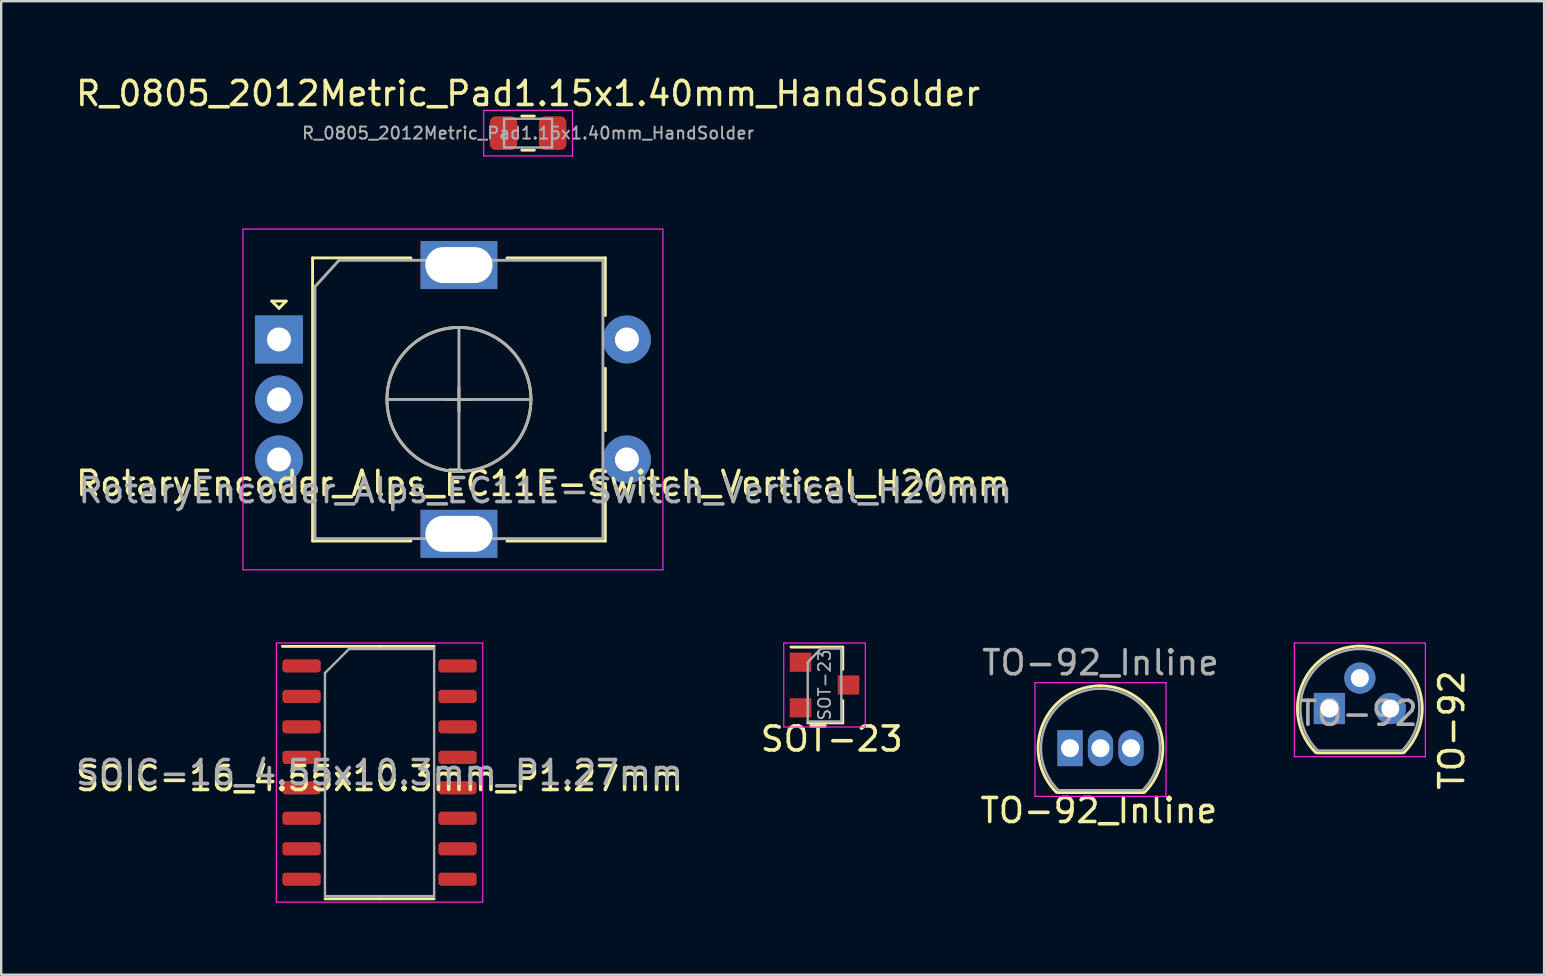
<source format=kicad_pcb>
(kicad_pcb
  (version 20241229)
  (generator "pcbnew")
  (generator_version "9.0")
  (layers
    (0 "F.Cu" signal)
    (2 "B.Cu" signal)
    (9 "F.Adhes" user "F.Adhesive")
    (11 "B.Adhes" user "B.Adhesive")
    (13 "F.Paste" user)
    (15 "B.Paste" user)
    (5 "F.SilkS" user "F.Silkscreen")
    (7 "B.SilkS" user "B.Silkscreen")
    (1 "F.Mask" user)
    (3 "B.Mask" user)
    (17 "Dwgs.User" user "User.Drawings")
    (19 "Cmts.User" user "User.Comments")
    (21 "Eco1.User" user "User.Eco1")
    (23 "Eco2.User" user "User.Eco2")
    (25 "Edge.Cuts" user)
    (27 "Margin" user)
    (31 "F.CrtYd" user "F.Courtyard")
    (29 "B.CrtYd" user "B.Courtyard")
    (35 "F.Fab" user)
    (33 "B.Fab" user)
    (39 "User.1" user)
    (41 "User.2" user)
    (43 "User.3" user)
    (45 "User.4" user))
  (footprint "SOT-23"
    (layer "F.Cu")
    (at 31.313 25.498)
    (property "Reference" "SOT-23" (at 0.3 2.25 0) (layer "F.SilkS") (effects (font (size 1 1) (thickness 0.15))))
    (attr smd)
    (fp_line (start 0.76 -1.58) (end -1.4 -1.58) (stroke (width 0.12) (type solid)) (layer "F.SilkS"))
    (fp_line (start 0.76 -1.58) (end 0.76 -0.65) (stroke (width 0.12) (type solid)) (layer "F.SilkS"))
    (fp_line (start 0.76 1.58) (end -0.7 1.58) (stroke (width 0.12) (type solid)) (layer "F.SilkS"))
    (fp_line (start 0.76 1.58) (end 0.76 0.65) (stroke (width 0.12) (type solid)) (layer "F.SilkS"))
    (fp_line (start -1.7 -1.75) (end 1.7 -1.75) (stroke (width 0.05) (type solid)) (layer "F.CrtYd"))
    (fp_line (start -1.7 1.75) (end -1.7 -1.75) (stroke (width 0.05) (type solid)) (layer "F.CrtYd"))
    (fp_line (start 1.7 -1.75) (end 1.7 1.75) (stroke (width 0.05) (type solid)) (layer "F.CrtYd"))
    (fp_line (start 1.7 1.75) (end -1.7 1.75) (stroke (width 0.05) (type solid)) (layer "F.CrtYd"))
    (fp_line (start -0.7 -0.95) (end -0.7 1.5) (stroke (width 0.1) (type solid)) (layer "F.Fab"))
    (fp_line (start -0.7 -0.95) (end -0.15 -1.52) (stroke (width 0.1) (type solid)) (layer "F.Fab"))
    (fp_line (start -0.7 1.52) (end 0.7 1.52) (stroke (width 0.1) (type solid)) (layer "F.Fab"))
    (fp_line (start -0.15 -1.52) (end 0.7 -1.52) (stroke (width 0.1) (type solid)) (layer "F.Fab"))
    (fp_line (start 0.7 -1.52) (end 0.7 1.52) (stroke (width 0.1) (type solid)) (layer "F.Fab"))
    (fp_text user "${REFERENCE}" (at 0 0 90) (layer "F.Fab") (effects (font (size 0.5 0.5) (thickness 0.075))))
    (pad "1" smd rect (at -1 -0.95) (size 0.9 0.8) (layers "F.Cu" "F.Mask" "F.Paste"))
    (pad "2" smd rect (at -1 0.95) (size 0.9 0.8) (layers "F.Cu" "F.Mask" "F.Paste"))
    (pad "3" smd rect (at 1 0) (size 0.9 0.8) (layers "F.Cu" "F.Mask" "F.Paste")))
  (footprint "TO-92_Inline"
    (layer "F.Cu")
    (at 41.544 28.131)
    (property "Reference" "TO-92_Inline" (at 1.2 2.6 0) (layer "F.SilkS") (effects (font (size 1 1) (thickness 0.15))))
    (attr through_hole)
    (fp_line (start -0.53 1.85) (end 3.07 1.85) (stroke (width 0.12) (type solid)) (layer "F.SilkS"))
    (fp_arc (start -0.568478 1.838478) (mid -1.132087 -0.994977) (end 1.27 -2.6) (stroke (width 0.12) (type solid)) (layer "F.SilkS"))
    (fp_arc (start 1.27 -2.6) (mid 3.672087 -0.994977) (end 3.108478 1.838478) (stroke (width 0.12) (type solid)) (layer "F.SilkS"))
    (fp_line (start -1.46 -2.73) (end -1.46 2.01) (stroke (width 0.05) (type solid)) (layer "F.CrtYd"))
    (fp_line (start -1.46 -2.73) (end 4 -2.73) (stroke (width 0.05) (type solid)) (layer "F.CrtYd"))
    (fp_line (start 4 2.01) (end -1.46 2.01) (stroke (width 0.05) (type solid)) (layer "F.CrtYd"))
    (fp_line (start 4 2.01) (end 4 -2.73) (stroke (width 0.05) (type solid)) (layer "F.CrtYd"))
    (fp_line (start -0.5 1.75) (end 3 1.75) (stroke (width 0.1) (type solid)) (layer "F.Fab"))
    (fp_arc (start -0.483625 1.753625) (mid -1.021221 -0.949055) (end 1.27 -2.48) (stroke (width 0.1) (type solid)) (layer "F.Fab"))
    (fp_arc (start 1.27 -2.48) (mid 3.561221 -0.949055) (end 3.023625 1.753625) (stroke (width 0.1) (type solid)) (layer "F.Fab"))
    (fp_text user "${REFERENCE}" (at 1.27 -3.56 0) (layer "F.Fab") (effects (font (size 1 1) (thickness 0.15))))
    (pad "1" thru_hole rect (at 0 0) (size 1.05 1.5) (drill 0.75) (layers "*.Cu" "*.Mask"))
    (pad "2" thru_hole oval (at 1.27 0) (size 1.05 1.5) (drill 0.75) (layers "*.Cu" "*.Mask"))
    (pad "3" thru_hole oval (at 2.54 0) (size 1.05 1.5) (drill 0.75) (layers "*.Cu" "*.Mask")))
  (footprint "R_0805_2012Metric_Pad1.15x1.40mm_HandSolder"
    (layer "F.Cu")
    (at 18.958 2.498)
    (property "Reference" "R_0805_2012Metric_Pad1.15x1.40mm_HandSolder" (at 0 -1.65 0) (layer "F.SilkS") (effects (font (size 1 1) (thickness 0.15))))
    (attr smd)
    (fp_line (start -0.261 -0.71) (end 0.261 -0.71) (stroke (width 0.12) (type solid)) (layer "F.SilkS"))
    (fp_line (start -0.261 0.71) (end 0.261 0.71) (stroke (width 0.12) (type solid)) (layer "F.SilkS"))
    (fp_line (start -1.85 -0.95) (end 1.85 -0.95) (stroke (width 0.05) (type solid)) (layer "F.CrtYd"))
    (fp_line (start -1.85 0.95) (end -1.85 -0.95) (stroke (width 0.05) (type solid)) (layer "F.CrtYd"))
    (fp_line (start 1.85 -0.95) (end 1.85 0.95) (stroke (width 0.05) (type solid)) (layer "F.CrtYd"))
    (fp_line (start 1.85 0.95) (end -1.85 0.95) (stroke (width 0.05) (type solid)) (layer "F.CrtYd"))
    (fp_line (start -1 -0.6) (end 1 -0.6) (stroke (width 0.1) (type solid)) (layer "F.Fab"))
    (fp_line (start -1 0.6) (end -1 -0.6) (stroke (width 0.1) (type solid)) (layer "F.Fab"))
    (fp_line (start 1 -0.6) (end 1 0.6) (stroke (width 0.1) (type solid)) (layer "F.Fab"))
    (fp_line (start 1 0.6) (end -1 0.6) (stroke (width 0.1) (type solid)) (layer "F.Fab"))
    (fp_text user "${REFERENCE}" (at 0 0 0) (layer "F.Fab") (effects (font (size 0.5 0.5) (thickness 0.08))))
    (pad "1" smd roundrect (at -1.025 0) (size 1.15 1.4) (layers "F.Cu" "F.Mask" "F.Paste") (roundrect_rratio 0.217))
    (pad "2" smd roundrect (at 1.025 0) (size 1.15 1.4) (layers "F.Cu" "F.Mask" "F.Paste") (roundrect_rratio 0.217)))
  (footprint "SOIC-16_4.55x10.3mm_P1.27mm"
    (layer "F.Cu")
    (at 12.768 29.148)
    (property "Reference" "SOIC-16_4.55x10.3mm_P1.27mm" (at 0 0.25 0) (layer "F.SilkS") (effects (font (size 1 1) (thickness 0.15))))
    (attr smd)
    (fp_line (start 0 -5.26) (end -4.05 -5.26) (stroke (width 0.12) (type solid)) (layer "F.SilkS"))
    (fp_line (start 0 -5.26) (end 2.275 -5.26) (stroke (width 0.12) (type solid)) (layer "F.SilkS"))
    (fp_line (start 0 5.26) (end -2.275 5.26) (stroke (width 0.12) (type solid)) (layer "F.SilkS"))
    (fp_line (start 0 5.26) (end 2.275 5.26) (stroke (width 0.12) (type solid)) (layer "F.SilkS"))
    (fp_line (start -4.3 -5.4) (end -4.3 5.4) (stroke (width 0.05) (type solid)) (layer "F.CrtYd"))
    (fp_line (start -4.3 5.4) (end 4.3 5.4) (stroke (width 0.05) (type solid)) (layer "F.CrtYd"))
    (fp_line (start 4.3 -5.4) (end -4.3 -5.4) (stroke (width 0.05) (type solid)) (layer "F.CrtYd"))
    (fp_line (start 4.3 5.4) (end 4.3 -5.4) (stroke (width 0.05) (type solid)) (layer "F.CrtYd"))
    (fp_line (start -2.275 -4.15) (end -1.275 -5.15) (stroke (width 0.1) (type solid)) (layer "F.Fab"))
    (fp_line (start -2.275 5.15) (end -2.275 -4.15) (stroke (width 0.1) (type solid)) (layer "F.Fab"))
    (fp_line (start -1.275 -5.15) (end 2.275 -5.15) (stroke (width 0.1) (type solid)) (layer "F.Fab"))
    (fp_line (start 2.275 -5.15) (end 2.275 5.15) (stroke (width 0.1) (type solid)) (layer "F.Fab"))
    (fp_line (start 2.275 5.15) (end -2.275 5.15) (stroke (width 0.1) (type solid)) (layer "F.Fab"))
    (fp_text user "${REFERENCE}" (at 0 0 0) (layer "F.Fab") (effects (font (size 1 1) (thickness 0.15))))
    (pad "1" smd roundrect (at -3.25 -4.445) (size 1.6 0.55) (layers "F.Cu" "F.Mask" "F.Paste") (roundrect_rratio 0.25))
    (pad "2" smd roundrect (at -3.25 -3.175) (size 1.6 0.55) (layers "F.Cu" "F.Mask" "F.Paste") (roundrect_rratio 0.25))
    (pad "3" smd roundrect (at -3.25 -1.905) (size 1.6 0.55) (layers "F.Cu" "F.Mask" "F.Paste") (roundrect_rratio 0.25))
    (pad "4" smd roundrect (at -3.25 -0.635) (size 1.6 0.55) (layers "F.Cu" "F.Mask" "F.Paste") (roundrect_rratio 0.25))
    (pad "5" smd roundrect (at -3.25 0.635) (size 1.6 0.55) (layers "F.Cu" "F.Mask" "F.Paste") (roundrect_rratio 0.25))
    (pad "6" smd roundrect (at -3.25 1.905) (size 1.6 0.55) (layers "F.Cu" "F.Mask" "F.Paste") (roundrect_rratio 0.25))
    (pad "7" smd roundrect (at -3.25 3.175) (size 1.6 0.55) (layers "F.Cu" "F.Mask" "F.Paste") (roundrect_rratio 0.25))
    (pad "8" smd roundrect (at -3.25 4.445) (size 1.6 0.55) (layers "F.Cu" "F.Mask" "F.Paste") (roundrect_rratio 0.25))
    (pad "9" smd roundrect (at 3.25 4.445) (size 1.6 0.55) (layers "F.Cu" "F.Mask" "F.Paste") (roundrect_rratio 0.25))
    (pad "10" smd roundrect (at 3.25 3.175) (size 1.6 0.55) (layers "F.Cu" "F.Mask" "F.Paste") (roundrect_rratio 0.25))
    (pad "11" smd roundrect (at 3.25 1.905) (size 1.6 0.55) (layers "F.Cu" "F.Mask" "F.Paste") (roundrect_rratio 0.25))
    (pad "12" smd roundrect (at 3.25 0.635) (size 1.6 0.55) (layers "F.Cu" "F.Mask" "F.Paste") (roundrect_rratio 0.25))
    (pad "13" smd roundrect (at 3.25 -0.635) (size 1.6 0.55) (layers "F.Cu" "F.Mask" "F.Paste") (roundrect_rratio 0.25))
    (pad "14" smd roundrect (at 3.25 -1.905) (size 1.6 0.55) (layers "F.Cu" "F.Mask" "F.Paste") (roundrect_rratio 0.25))
    (pad "15" smd roundrect (at 3.25 -3.175) (size 1.6 0.55) (layers "F.Cu" "F.Mask" "F.Paste") (roundrect_rratio 0.25))
    (pad "16" smd roundrect (at 3.25 -4.445) (size 1.6 0.55) (layers "F.Cu" "F.Mask" "F.Paste") (roundrect_rratio 0.25)))
  (footprint "TO-92"
    (layer "F.Cu")
    (at 52.353 26.478)
    (property "Reference" "TO-92" (at 5.1 0.9 270) (layer "F.SilkS") (effects (font (size 1 1) (thickness 0.15))))
    (attr through_hole)
    (fp_line (start -0.53 1.85) (end 3.07 1.85) (stroke (width 0.12) (type solid)) (layer "F.SilkS"))
    (fp_arc (start -0.568478 1.838478) (mid -1.132087 -0.994977) (end 1.27 -2.6) (stroke (width 0.12) (type solid)) (layer "F.SilkS"))
    (fp_arc (start 1.27 -2.6) (mid 3.672087 -0.994977) (end 3.108478 1.838478) (stroke (width 0.12) (type solid)) (layer "F.SilkS"))
    (fp_line (start -1.46 -2.73) (end -1.46 2.01) (stroke (width 0.05) (type solid)) (layer "F.CrtYd"))
    (fp_line (start -1.46 -2.73) (end 4 -2.73) (stroke (width 0.05) (type solid)) (layer "F.CrtYd"))
    (fp_line (start 4 2.01) (end -1.46 2.01) (stroke (width 0.05) (type solid)) (layer "F.CrtYd"))
    (fp_line (start 4 2.01) (end 4 -2.73) (stroke (width 0.05) (type solid)) (layer "F.CrtYd"))
    (fp_line (start -0.5 1.75) (end 3 1.75) (stroke (width 0.1) (type solid)) (layer "F.Fab"))
    (fp_arc (start -0.483625 1.753625) (mid -1.021221 -0.949055) (end 1.27 -2.48) (stroke (width 0.1) (type solid)) (layer "F.Fab"))
    (fp_arc (start 1.27 -2.48) (mid 3.561221 -0.949055) (end 3.023625 1.753625) (stroke (width 0.1) (type solid)) (layer "F.Fab"))
    (fp_text user "${REFERENCE}" (at 1.2 0.2 0) (layer "F.Fab") (effects (font (size 1 1) (thickness 0.15))))
    (pad "1" thru_hole rect (at 0 0 90) (size 1.3 1.3) (drill 0.75) (layers "*.Cu" "*.Mask"))
    (pad "2" thru_hole circle (at 1.27 -1.27 90) (size 1.3 1.3) (drill 0.75) (layers "*.Cu" "*.Mask"))
    (pad "3" thru_hole circle (at 2.54 0 90) (size 1.3 1.3) (drill 0.75) (layers "*.Cu" "*.Mask")))
  (footprint "RotaryEncoder_Alps_EC11E-Switch_Vertical_H20mm"
    (layer "F.Cu")
    (at 8.577 11.098)
    (property "Reference" "RotaryEncoder_Alps_EC11E-Switch_Vertical_H20mm" (at 11 6 0) (layer "F.SilkS") (effects (font (size 1 1) (thickness 0.15))))
    (attr through_hole)
    (fp_line (start -0.3 -1.6) (end 0.3 -1.6) (stroke (width 0.12) (type solid)) (layer "F.SilkS"))
    (fp_line (start 0 -1.3) (end -0.3 -1.6) (stroke (width 0.12) (type solid)) (layer "F.SilkS"))
    (fp_line (start 0.3 -1.6) (end 0 -1.3) (stroke (width 0.12) (type solid)) (layer "F.SilkS"))
    (fp_line (start 1.4 -3.4) (end 1.4 8.4) (stroke (width 0.12) (type solid)) (layer "F.SilkS"))
    (fp_line (start 5.5 -3.4) (end 1.4 -3.4) (stroke (width 0.12) (type solid)) (layer "F.SilkS"))
    (fp_line (start 5.5 8.4) (end 1.4 8.4) (stroke (width 0.12) (type solid)) (layer "F.SilkS"))
    (fp_line (start 7 2.5) (end 8 2.5) (stroke (width 0.12) (type solid)) (layer "F.SilkS"))
    (fp_line (start 7.5 2) (end 7.5 3) (stroke (width 0.12) (type solid)) (layer "F.SilkS"))
    (fp_line (start 9.5 -3.4) (end 13.6 -3.4) (stroke (width 0.12) (type solid)) (layer "F.SilkS"))
    (fp_line (start 13.6 -3.4) (end 13.6 -1) (stroke (width 0.12) (type solid)) (layer "F.SilkS"))
    (fp_line (start 13.6 1.2) (end 13.6 3.8) (stroke (width 0.12) (type solid)) (layer "F.SilkS"))
    (fp_line (start 13.6 6) (end 13.6 8.4) (stroke (width 0.12) (type solid)) (layer "F.SilkS"))
    (fp_line (start 13.6 8.4) (end 9.5 8.4) (stroke (width 0.12) (type solid)) (layer "F.SilkS"))
    (fp_circle (center 7.5 2.5) (end 10.5 2.5) (stroke (width 0.12) (type solid)) (fill no) (layer "F.SilkS"))
    (fp_line (start -1.5 -4.6) (end -1.5 9.6) (stroke (width 0.05) (type solid)) (layer "F.CrtYd"))
    (fp_line (start -1.5 -4.6) (end 16 -4.6) (stroke (width 0.05) (type solid)) (layer "F.CrtYd"))
    (fp_line (start 16 9.6) (end -1.5 9.6) (stroke (width 0.05) (type solid)) (layer "F.CrtYd"))
    (fp_line (start 16 9.6) (end 16 -4.6) (stroke (width 0.05) (type solid)) (layer "F.CrtYd"))
    (fp_line (start 1.5 -2.2) (end 2.5 -3.3) (stroke (width 0.12) (type solid)) (layer "F.Fab"))
    (fp_line (start 1.5 8.3) (end 1.5 -2.2) (stroke (width 0.12) (type solid)) (layer "F.Fab"))
    (fp_line (start 2.5 -3.3) (end 13.5 -3.3) (stroke (width 0.12) (type solid)) (layer "F.Fab"))
    (fp_line (start 4.5 2.5) (end 10.5 2.5) (stroke (width 0.12) (type solid)) (layer "F.Fab"))
    (fp_line (start 7.5 -0.5) (end 7.5 5.5) (stroke (width 0.12) (type solid)) (layer "F.Fab"))
    (fp_line (start 13.5 -3.3) (end 13.5 8.3) (stroke (width 0.12) (type solid)) (layer "F.Fab"))
    (fp_line (start 13.5 8.3) (end 1.5 8.3) (stroke (width 0.12) (type solid)) (layer "F.Fab"))
    (fp_circle (center 7.5 2.5) (end 10.5 2.5) (stroke (width 0.12) (type solid)) (fill no) (layer "F.Fab"))
    (fp_text user "${REFERENCE}" (at 11.1 6.3 0) (layer "F.Fab") (effects (font (size 1 1) (thickness 0.15))))
    (pad "A" thru_hole rect (at 0 0) (size 2 2) (drill 1) (layers "*.Cu" "*.Mask"))
    (pad "B" thru_hole circle (at 0 5) (size 2 2) (drill 1) (layers "*.Cu" "*.Mask"))
    (pad "C" thru_hole circle (at 0 2.5) (size 2 2) (drill 1) (layers "*.Cu" "*.Mask"))
    (pad "MP" thru_hole rect (at 7.5 -3.1) (size 3.2 2) (drill oval 2.8 1.5) (layers "*.Cu" "*.Mask"))
    (pad "MP" thru_hole rect (at 7.5 8.1) (size 3.2 2) (drill oval 2.8 1.5) (layers "*.Cu" "*.Mask"))
    (pad "S1" thru_hole circle (at 14.5 5) (size 2 2) (drill 1) (layers "*.Cu" "*.Mask"))
    (pad "S2" thru_hole circle (at 14.5 0) (size 2 2) (drill 1) (layers "*.Cu" "*.Mask")))
  (gr_rect
    (start -3 -3)
    (end 61.301 37.573)
    (stroke (width 0.1) (type default))
    (fill no)
    (layer "Edge.Cuts")))
</source>
